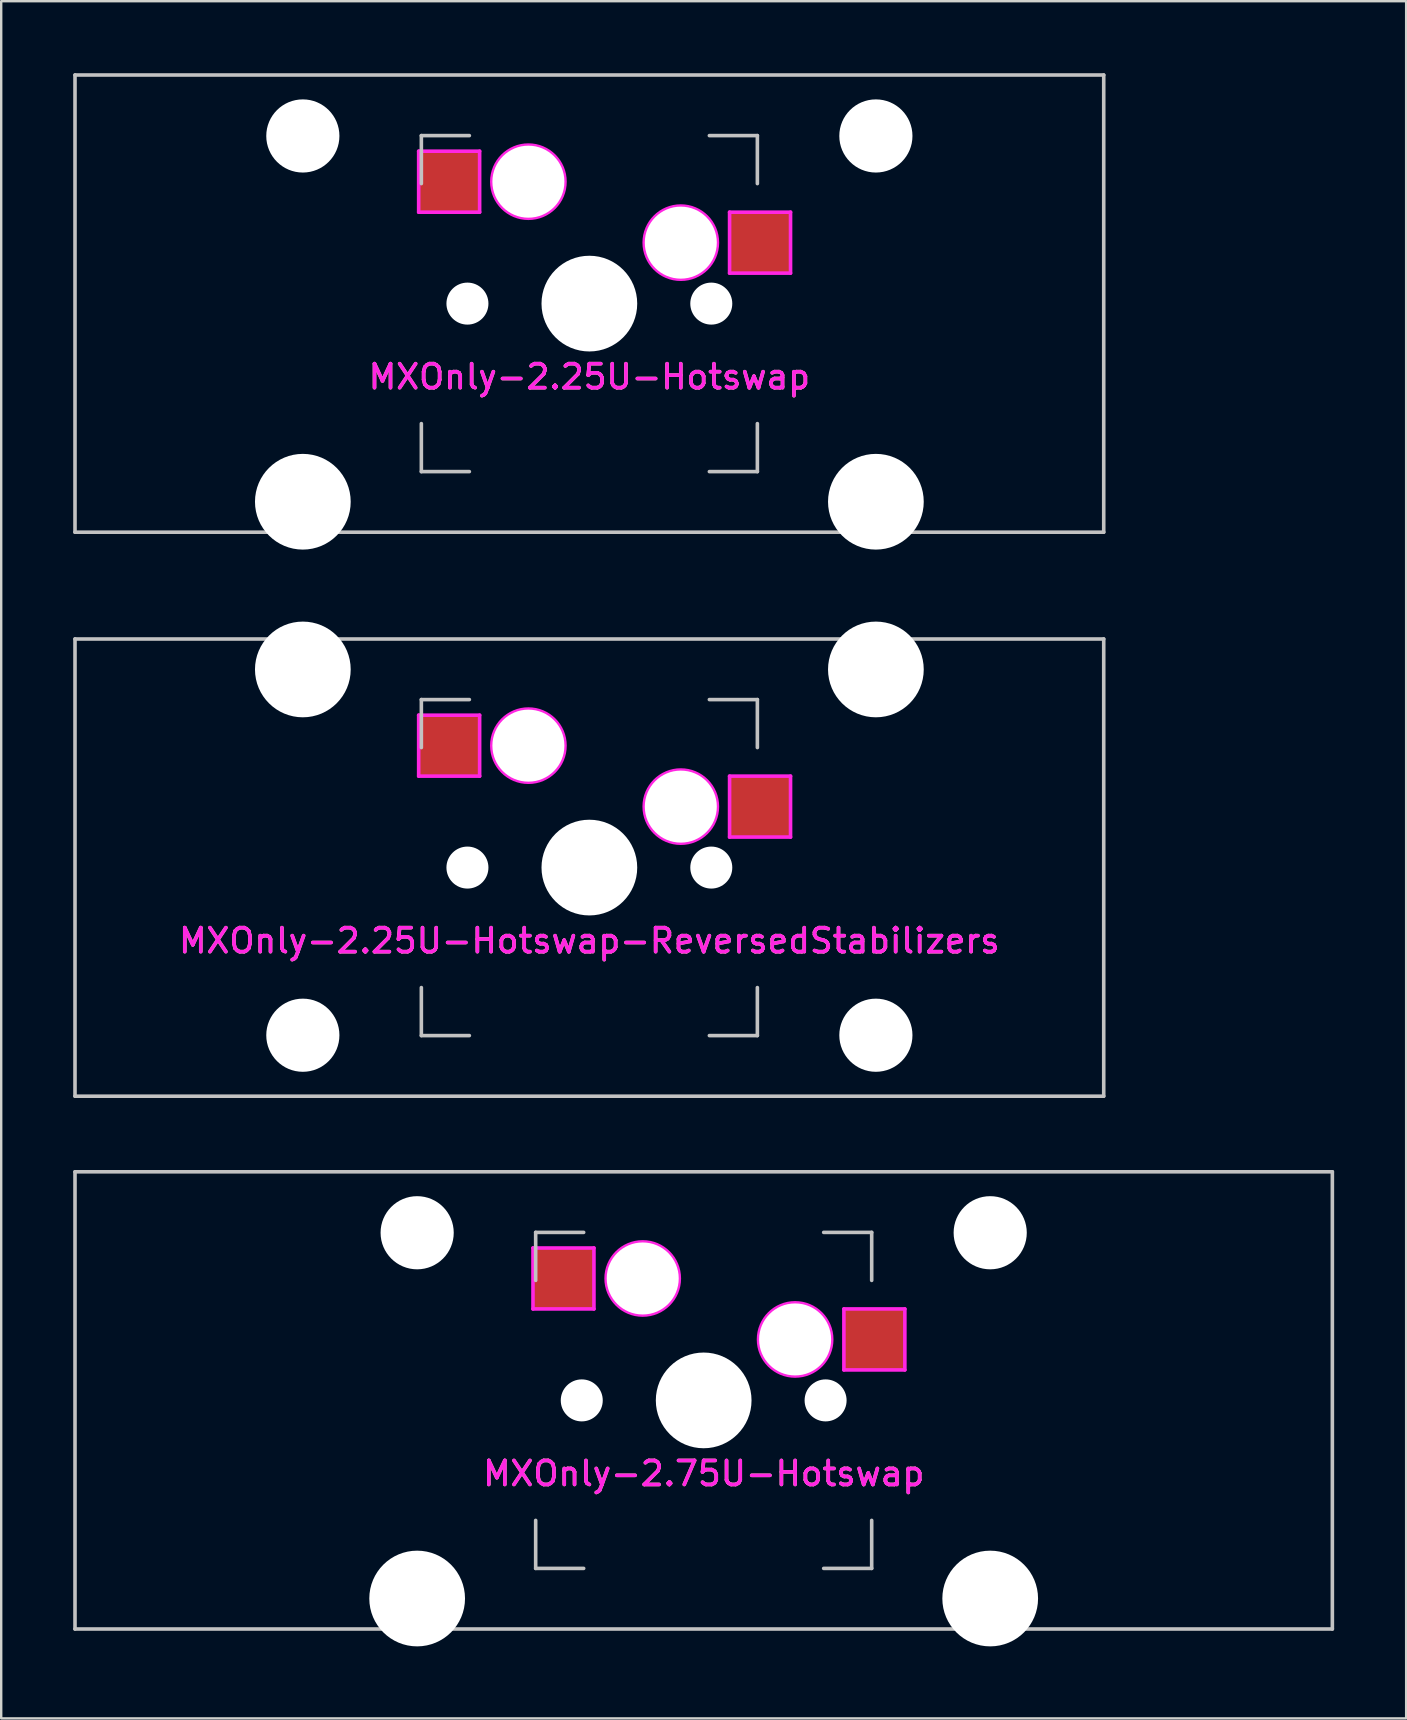
<source format=kicad_pcb>
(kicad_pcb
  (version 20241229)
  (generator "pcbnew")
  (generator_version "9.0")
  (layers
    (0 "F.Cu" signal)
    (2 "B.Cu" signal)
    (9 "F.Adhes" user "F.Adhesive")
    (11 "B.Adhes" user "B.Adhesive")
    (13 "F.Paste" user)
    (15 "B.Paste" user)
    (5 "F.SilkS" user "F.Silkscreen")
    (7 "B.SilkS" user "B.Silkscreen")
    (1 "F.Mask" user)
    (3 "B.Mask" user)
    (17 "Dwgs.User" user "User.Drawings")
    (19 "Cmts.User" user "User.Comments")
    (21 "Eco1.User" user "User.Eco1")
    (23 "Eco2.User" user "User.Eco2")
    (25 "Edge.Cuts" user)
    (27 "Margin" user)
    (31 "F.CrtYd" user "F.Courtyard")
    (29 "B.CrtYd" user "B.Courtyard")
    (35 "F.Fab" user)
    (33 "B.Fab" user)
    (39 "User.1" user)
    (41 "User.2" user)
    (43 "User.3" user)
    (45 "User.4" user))
  (footprint "MXOnly-2.75U-Hotswap"
    (layer "F.Cu")
    (at 26.269 55.298)
    (property "Reference" "MXOnly-2.75U-Hotswap" (at 0 3.048 0) (layer "F.CrtYd") (effects (font (size 1 1) (thickness 0.15))))
    (attr smd)
    (fp_line (start -26.194 -9.525) (end -26.194 9.525) (stroke (width 0.15) (type solid)) (layer "Dwgs.User"))
    (fp_line (start -26.194 9.525) (end 26.194 9.525) (stroke (width 0.15) (type solid)) (layer "Dwgs.User"))
    (fp_line (start -7 -7) (end -7 -5) (stroke (width 0.15) (type solid)) (layer "Dwgs.User"))
    (fp_line (start -7 7) (end -7 5) (stroke (width 0.15) (type solid)) (layer "Dwgs.User"))
    (fp_line (start -5 -7) (end -7 -7) (stroke (width 0.15) (type solid)) (layer "Dwgs.User"))
    (fp_line (start -5 7) (end -7 7) (stroke (width 0.15) (type solid)) (layer "Dwgs.User"))
    (fp_line (start 5 -7) (end 7 -7) (stroke (width 0.15) (type solid)) (layer "Dwgs.User"))
    (fp_line (start 7 -7) (end 7 -5) (stroke (width 0.15) (type solid)) (layer "Dwgs.User"))
    (fp_line (start 7 5) (end 7 7) (stroke (width 0.15) (type solid)) (layer "Dwgs.User"))
    (fp_line (start 7 7) (end 5 7) (stroke (width 0.15) (type solid)) (layer "Dwgs.User"))
    (fp_line (start 26.194 -9.525) (end -26.194 -9.525) (stroke (width 0.15) (type solid)) (layer "Dwgs.User"))
    (fp_line (start 26.194 9.525) (end 26.194 -9.525) (stroke (width 0.15) (type solid)) (layer "Dwgs.User"))
    (fp_line (start -7.112 -6.35) (end -7.112 -3.81) (stroke (width 0.15) (type solid)) (layer "F.CrtYd"))
    (fp_line (start -7.112 -3.81) (end -4.572 -3.81) (stroke (width 0.15) (type solid)) (layer "F.CrtYd"))
    (fp_line (start -4.572 -6.35) (end -7.112 -6.35) (stroke (width 0.15) (type solid)) (layer "F.CrtYd"))
    (fp_line (start -4.572 -3.81) (end -4.572 -6.35) (stroke (width 0.15) (type solid)) (layer "F.CrtYd"))
    (fp_line (start 5.842 -3.81) (end 5.842 -1.27) (stroke (width 0.15) (type solid)) (layer "F.CrtYd"))
    (fp_line (start 5.842 -1.27) (end 8.382 -1.27) (stroke (width 0.15) (type solid)) (layer "F.CrtYd"))
    (fp_line (start 8.382 -3.81) (end 5.842 -3.81) (stroke (width 0.15) (type solid)) (layer "F.CrtYd"))
    (fp_line (start 8.382 -1.27) (end 8.382 -3.81) (stroke (width 0.15) (type solid)) (layer "F.CrtYd"))
    (fp_circle (center -2.54 -5.08) (end -2.54 -6.604) (stroke (width 0.15) (type solid)) (fill no) (layer "F.CrtYd"))
    (fp_circle (center 3.81 -2.54) (end 3.81 -4.064) (stroke (width 0.15) (type solid)) (fill no) (layer "F.CrtYd"))
    (fp_text user "${REFERENCE}" (at 0 3.048 0) (layer "F.SilkS") (effects (font (size 1 1) (thickness 0.15))))
    (pad "" np_thru_hole circle (at -11.938 -6.985) (size 3.048 3.048) (drill 3.048) (layers "*.Cu" "*.Mask"))
    (pad "" np_thru_hole circle (at -11.938 8.255) (size 3.988 3.988) (drill 3.988) (layers "*.Cu" "*.Mask"))
    (pad "" np_thru_hole circle (at -5.08 0 311.9) (size 1.75 1.75) (drill 1.75) (layers "*.Cu" "*.Mask"))
    (pad "" np_thru_hole circle (at -2.54 -5.08) (size 3 3) (drill 3) (layers "*.Cu" "*.Mask"))
    (pad "" np_thru_hole circle (at 0 0) (size 3.988 3.988) (drill 3.988) (layers "*.Cu" "*.Mask"))
    (pad "" np_thru_hole circle (at 3.81 -2.54) (size 3 3) (drill 3) (layers "*.Cu" "*.Mask"))
    (pad "" np_thru_hole circle (at 5.08 0 311.9) (size 1.75 1.75) (drill 1.75) (layers "*.Cu" "*.Mask"))
    (pad "" np_thru_hole circle (at 11.938 -6.985) (size 3.048 3.048) (drill 3.048) (layers "*.Cu" "*.Mask"))
    (pad "" np_thru_hole circle (at 11.938 8.255) (size 3.988 3.988) (drill 3.988) (layers "*.Cu" "*.Mask"))
    (pad "1" smd rect (at 7.085 -2.54) (size 2.55 2.5) (layers "F.Cu" "F.Mask" "F.Paste"))
    (pad "2" smd rect (at -5.842 -5.08) (size 2.55 2.5) (layers "F.Cu" "F.Mask" "F.Paste")))
  (footprint "MXOnly-2.25U-Hotswap"
    (layer "F.Cu")
    (at 21.506 9.6)
    (property "Reference" "MXOnly-2.25U-Hotswap" (at 0 3.048 0) (layer "F.CrtYd") (effects (font (size 1 1) (thickness 0.15))))
    (attr smd)
    (fp_line (start -21.431 -9.525) (end -21.431 9.525) (stroke (width 0.15) (type solid)) (layer "Dwgs.User"))
    (fp_line (start -21.431 9.525) (end 21.431 9.525) (stroke (width 0.15) (type solid)) (layer "Dwgs.User"))
    (fp_line (start -7 -7) (end -7 -5) (stroke (width 0.15) (type solid)) (layer "Dwgs.User"))
    (fp_line (start -7 7) (end -7 5) (stroke (width 0.15) (type solid)) (layer "Dwgs.User"))
    (fp_line (start -5 -7) (end -7 -7) (stroke (width 0.15) (type solid)) (layer "Dwgs.User"))
    (fp_line (start -5 7) (end -7 7) (stroke (width 0.15) (type solid)) (layer "Dwgs.User"))
    (fp_line (start 5 -7) (end 7 -7) (stroke (width 0.15) (type solid)) (layer "Dwgs.User"))
    (fp_line (start 7 -7) (end 7 -5) (stroke (width 0.15) (type solid)) (layer "Dwgs.User"))
    (fp_line (start 7 5) (end 7 7) (stroke (width 0.15) (type solid)) (layer "Dwgs.User"))
    (fp_line (start 7 7) (end 5 7) (stroke (width 0.15) (type solid)) (layer "Dwgs.User"))
    (fp_line (start 21.431 -9.525) (end -21.431 -9.525) (stroke (width 0.15) (type solid)) (layer "Dwgs.User"))
    (fp_line (start 21.431 9.525) (end 21.431 -9.525) (stroke (width 0.15) (type solid)) (layer "Dwgs.User"))
    (fp_line (start -7.112 -6.35) (end -7.112 -3.81) (stroke (width 0.15) (type solid)) (layer "F.CrtYd"))
    (fp_line (start -7.112 -3.81) (end -4.572 -3.81) (stroke (width 0.15) (type solid)) (layer "F.CrtYd"))
    (fp_line (start -4.572 -6.35) (end -7.112 -6.35) (stroke (width 0.15) (type solid)) (layer "F.CrtYd"))
    (fp_line (start -4.572 -3.81) (end -4.572 -6.35) (stroke (width 0.15) (type solid)) (layer "F.CrtYd"))
    (fp_line (start 5.842 -3.81) (end 5.842 -1.27) (stroke (width 0.15) (type solid)) (layer "F.CrtYd"))
    (fp_line (start 5.842 -1.27) (end 8.382 -1.27) (stroke (width 0.15) (type solid)) (layer "F.CrtYd"))
    (fp_line (start 8.382 -3.81) (end 5.842 -3.81) (stroke (width 0.15) (type solid)) (layer "F.CrtYd"))
    (fp_line (start 8.382 -1.27) (end 8.382 -3.81) (stroke (width 0.15) (type solid)) (layer "F.CrtYd"))
    (fp_circle (center -2.54 -5.08) (end -2.54 -6.604) (stroke (width 0.15) (type solid)) (fill no) (layer "F.CrtYd"))
    (fp_circle (center 3.81 -2.54) (end 3.81 -4.064) (stroke (width 0.15) (type solid)) (fill no) (layer "F.CrtYd"))
    (fp_text user "${REFERENCE}" (at 0 3.048 0) (layer "F.SilkS") (effects (font (size 1 1) (thickness 0.15))))
    (pad "" np_thru_hole circle (at -11.938 -6.985) (size 3.048 3.048) (drill 3.048) (layers "*.Cu" "*.Mask"))
    (pad "" np_thru_hole circle (at -11.938 8.255) (size 3.988 3.988) (drill 3.988) (layers "*.Cu" "*.Mask"))
    (pad "" np_thru_hole circle (at -5.08 0 311.9) (size 1.75 1.75) (drill 1.75) (layers "*.Cu" "*.Mask"))
    (pad "" np_thru_hole circle (at -2.54 -5.08) (size 3 3) (drill 3) (layers "*.Cu" "*.Mask"))
    (pad "" np_thru_hole circle (at 0 0) (size 3.988 3.988) (drill 3.988) (layers "*.Cu" "*.Mask"))
    (pad "" np_thru_hole circle (at 3.81 -2.54) (size 3 3) (drill 3) (layers "*.Cu" "*.Mask"))
    (pad "" np_thru_hole circle (at 5.08 0 311.9) (size 1.75 1.75) (drill 1.75) (layers "*.Cu" "*.Mask"))
    (pad "" np_thru_hole circle (at 11.938 -6.985) (size 3.048 3.048) (drill 3.048) (layers "*.Cu" "*.Mask"))
    (pad "" np_thru_hole circle (at 11.938 8.255) (size 3.988 3.988) (drill 3.988) (layers "*.Cu" "*.Mask"))
    (pad "1" smd rect (at 7.085 -2.54) (size 2.55 2.5) (layers "F.Cu" "F.Mask" "F.Paste"))
    (pad "2" smd rect (at -5.842 -5.08) (size 2.55 2.5) (layers "F.Cu" "F.Mask" "F.Paste")))
  (footprint "MXOnly-2.25U-Hotswap-ReversedStabilizers"
    (layer "F.Cu")
    (at 21.506 33.098)
    (property "Reference" "MXOnly-2.25U-Hotswap-ReversedStabilizers" (at 0 3.048 0) (layer "F.CrtYd") (effects (font (size 1 1) (thickness 0.15))))
    (attr smd)
    (fp_line (start -21.431 -9.525) (end -21.431 9.525) (stroke (width 0.15) (type solid)) (layer "Dwgs.User"))
    (fp_line (start -21.431 9.525) (end 21.431 9.525) (stroke (width 0.15) (type solid)) (layer "Dwgs.User"))
    (fp_line (start -7 -7) (end -7 -5) (stroke (width 0.15) (type solid)) (layer "Dwgs.User"))
    (fp_line (start -7 7) (end -7 5) (stroke (width 0.15) (type solid)) (layer "Dwgs.User"))
    (fp_line (start -5 -7) (end -7 -7) (stroke (width 0.15) (type solid)) (layer "Dwgs.User"))
    (fp_line (start -5 7) (end -7 7) (stroke (width 0.15) (type solid)) (layer "Dwgs.User"))
    (fp_line (start 5 -7) (end 7 -7) (stroke (width 0.15) (type solid)) (layer "Dwgs.User"))
    (fp_line (start 7 -7) (end 7 -5) (stroke (width 0.15) (type solid)) (layer "Dwgs.User"))
    (fp_line (start 7 5) (end 7 7) (stroke (width 0.15) (type solid)) (layer "Dwgs.User"))
    (fp_line (start 7 7) (end 5 7) (stroke (width 0.15) (type solid)) (layer "Dwgs.User"))
    (fp_line (start 21.431 -9.525) (end -21.431 -9.525) (stroke (width 0.15) (type solid)) (layer "Dwgs.User"))
    (fp_line (start 21.431 9.525) (end 21.431 -9.525) (stroke (width 0.15) (type solid)) (layer "Dwgs.User"))
    (fp_line (start -7.112 -6.35) (end -7.112 -3.81) (stroke (width 0.15) (type solid)) (layer "F.CrtYd"))
    (fp_line (start -7.112 -3.81) (end -4.572 -3.81) (stroke (width 0.15) (type solid)) (layer "F.CrtYd"))
    (fp_line (start -4.572 -6.35) (end -7.112 -6.35) (stroke (width 0.15) (type solid)) (layer "F.CrtYd"))
    (fp_line (start -4.572 -3.81) (end -4.572 -6.35) (stroke (width 0.15) (type solid)) (layer "F.CrtYd"))
    (fp_line (start 5.842 -3.81) (end 5.842 -1.27) (stroke (width 0.15) (type solid)) (layer "F.CrtYd"))
    (fp_line (start 5.842 -1.27) (end 8.382 -1.27) (stroke (width 0.15) (type solid)) (layer "F.CrtYd"))
    (fp_line (start 8.382 -3.81) (end 5.842 -3.81) (stroke (width 0.15) (type solid)) (layer "F.CrtYd"))
    (fp_line (start 8.382 -1.27) (end 8.382 -3.81) (stroke (width 0.15) (type solid)) (layer "F.CrtYd"))
    (fp_circle (center -2.54 -5.08) (end -2.54 -6.604) (stroke (width 0.15) (type solid)) (fill no) (layer "F.CrtYd"))
    (fp_circle (center 3.81 -2.54) (end 3.81 -4.064) (stroke (width 0.15) (type solid)) (fill no) (layer "F.CrtYd"))
    (fp_text user "${REFERENCE}" (at 0 3.048 0) (layer "F.SilkS") (effects (font (size 1 1) (thickness 0.15))))
    (pad "" np_thru_hole circle (at -11.938 -8.255) (size 3.988 3.988) (drill 3.988) (layers "*.Cu" "*.Mask"))
    (pad "" np_thru_hole circle (at -11.938 6.985) (size 3.048 3.048) (drill 3.048) (layers "*.Cu" "*.Mask"))
    (pad "" np_thru_hole circle (at -5.08 0 311.9) (size 1.75 1.75) (drill 1.75) (layers "*.Cu" "*.Mask"))
    (pad "" np_thru_hole circle (at -2.54 -5.08) (size 3 3) (drill 3) (layers "*.Cu" "*.Mask"))
    (pad "" np_thru_hole circle (at 0 0) (size 3.988 3.988) (drill 3.988) (layers "*.Cu" "*.Mask"))
    (pad "" np_thru_hole circle (at 3.81 -2.54) (size 3 3) (drill 3) (layers "*.Cu" "*.Mask"))
    (pad "" np_thru_hole circle (at 5.08 0 311.9) (size 1.75 1.75) (drill 1.75) (layers "*.Cu" "*.Mask"))
    (pad "" np_thru_hole circle (at 11.938 -8.255) (size 3.988 3.988) (drill 3.988) (layers "*.Cu" "*.Mask"))
    (pad "" np_thru_hole circle (at 11.938 6.985) (size 3.048 3.048) (drill 3.048) (layers "*.Cu" "*.Mask"))
    (pad "1" smd rect (at 7.085 -2.54) (size 2.55 2.5) (layers "F.Cu" "F.Mask" "F.Paste"))
    (pad "2" smd rect (at -5.842 -5.08) (size 2.55 2.5) (layers "F.Cu" "F.Mask" "F.Paste")))
  (gr_rect
    (start -3 -3)
    (end 55.538 68.547)
    (stroke (width 0.1) (type default))
    (fill no)
    (layer "Edge.Cuts")))
</source>
